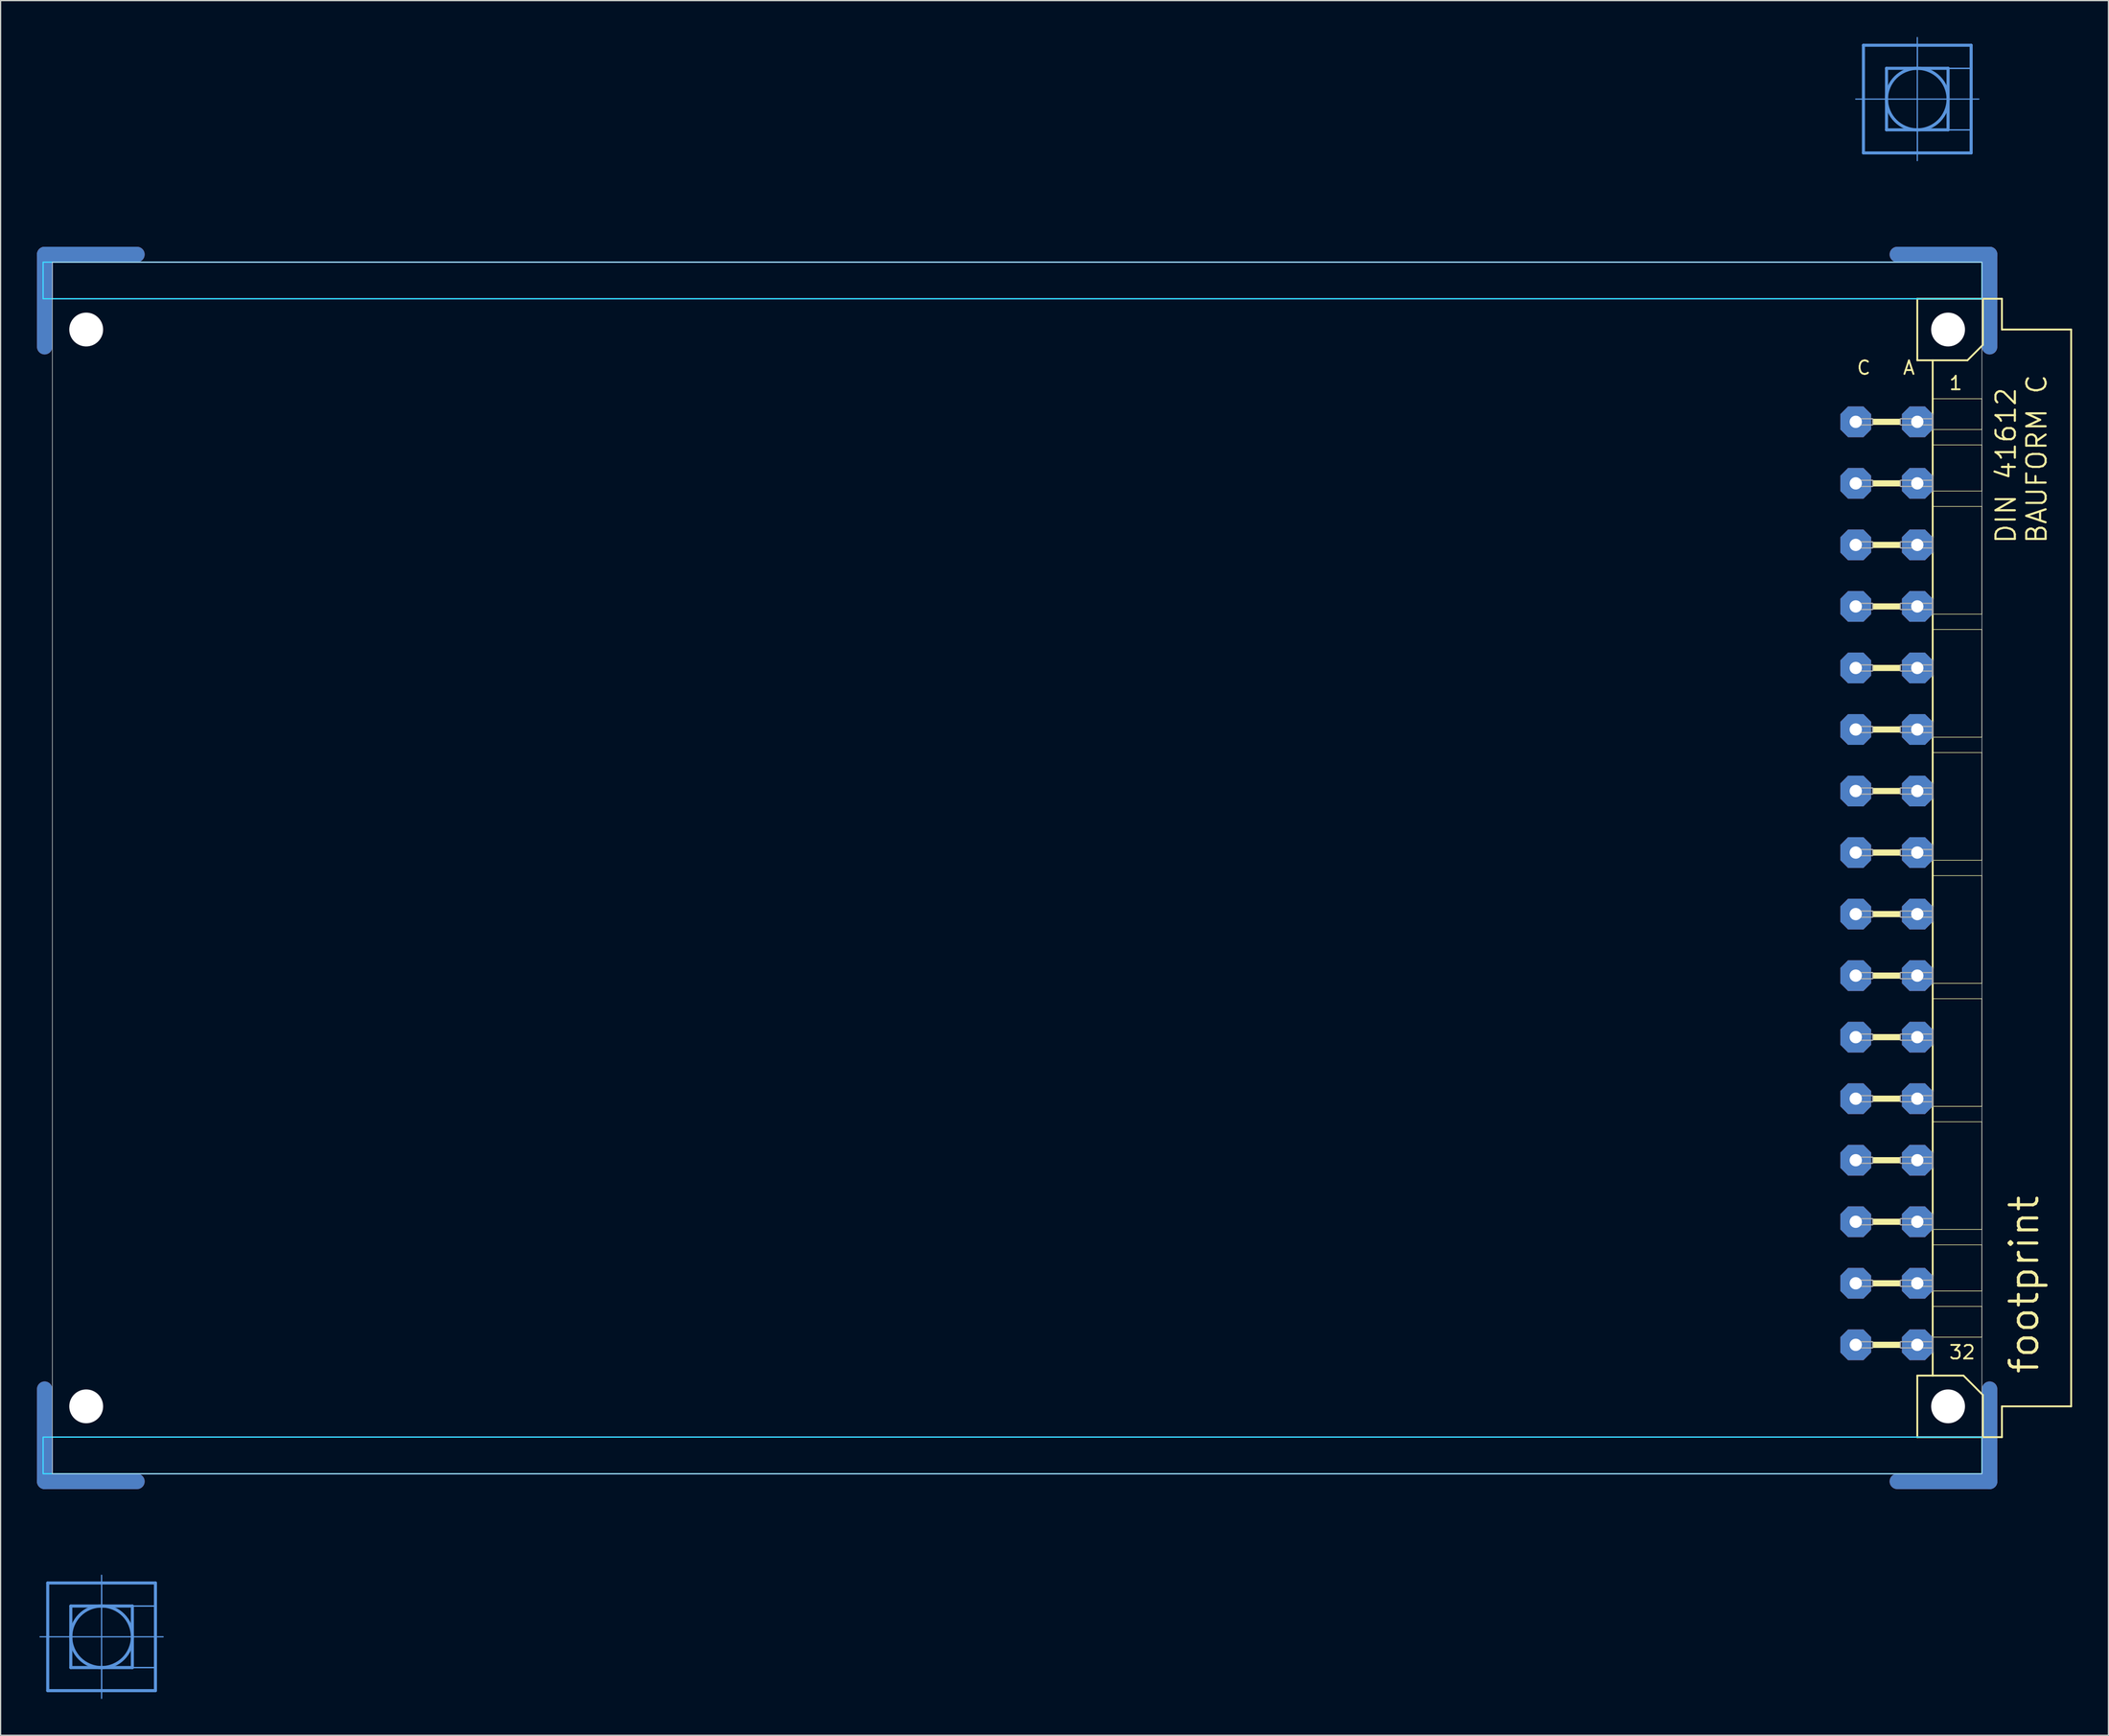
<source format=kicad_pcb>
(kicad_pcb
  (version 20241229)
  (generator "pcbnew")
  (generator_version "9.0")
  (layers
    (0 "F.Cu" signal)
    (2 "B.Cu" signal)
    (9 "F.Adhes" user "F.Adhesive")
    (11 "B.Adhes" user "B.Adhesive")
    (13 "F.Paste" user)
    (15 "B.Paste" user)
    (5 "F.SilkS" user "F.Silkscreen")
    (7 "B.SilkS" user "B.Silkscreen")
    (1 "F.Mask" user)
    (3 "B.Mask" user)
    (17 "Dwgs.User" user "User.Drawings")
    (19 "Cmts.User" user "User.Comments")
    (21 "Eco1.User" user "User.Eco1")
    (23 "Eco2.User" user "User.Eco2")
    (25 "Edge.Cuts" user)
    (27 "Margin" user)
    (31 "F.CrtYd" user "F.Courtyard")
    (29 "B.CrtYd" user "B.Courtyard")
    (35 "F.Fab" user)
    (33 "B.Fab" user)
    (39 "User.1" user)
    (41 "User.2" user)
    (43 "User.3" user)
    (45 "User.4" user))
  (footprint "footprint"
    (layer "F.Cu")
    (at 0.254 68.605)
    (property "Reference" "footprint" (at 165.1 41.91 90) (layer "F.SilkS") (effects (font (size 2.286 2.286) (thickness 0.254)) (justify left bottom)))
    (fp_line (start 0.381 -43.028) (end 0.381 -50.648) (stroke (width 1.27) (type solid)) (layer "F.Cu"))
    (fp_line (start 0.381 43.028) (end 0.381 50.648) (stroke (width 1.27) (type solid)) (layer "F.Cu"))
    (fp_line (start 8.001 -50.648) (end 0.381 -50.648) (stroke (width 1.27) (type solid)) (layer "F.Cu"))
    (fp_line (start 8.001 50.648) (end 0.381 50.648) (stroke (width 1.27) (type solid)) (layer "F.Cu"))
    (fp_line (start 153.289 -50.648) (end 160.909 -50.648) (stroke (width 1.27) (type solid)) (layer "F.Cu"))
    (fp_line (start 153.289 50.648) (end 160.909 50.648) (stroke (width 1.27) (type solid)) (layer "F.Cu"))
    (fp_line (start 160.909 -43.028) (end 160.909 -50.648) (stroke (width 1.27) (type solid)) (layer "F.Cu"))
    (fp_line (start 160.909 43.028) (end 160.909 50.648) (stroke (width 1.27) (type solid)) (layer "F.Cu"))
    (fp_line (start 1.016 -42.393) (end 1.016 -50.013) (stroke (width 0.152) (type solid)) (layer "F.Mask"))
    (fp_line (start 1.016 42.393) (end 1.016 50.013) (stroke (width 0.152) (type solid)) (layer "F.Mask"))
    (fp_line (start 8.636 -50.013) (end 1.016 -50.013) (stroke (width 0.152) (type solid)) (layer "F.Mask"))
    (fp_line (start 8.636 50.013) (end 1.016 50.013) (stroke (width 0.152) (type solid)) (layer "F.Mask"))
    (fp_line (start 152.654 -50.013) (end 160.274 -50.013) (stroke (width 0.152) (type solid)) (layer "F.Mask"))
    (fp_line (start 152.654 50.013) (end 160.274 50.013) (stroke (width 0.152) (type solid)) (layer "F.Mask"))
    (fp_line (start 160.274 -42.393) (end 160.274 -50.013) (stroke (width 0.152) (type solid)) (layer "F.Mask"))
    (fp_line (start 160.274 42.393) (end 160.274 50.013) (stroke (width 0.152) (type solid)) (layer "F.Mask"))
    (fp_line (start 0.381 -43.028) (end 0.381 -50.648) (stroke (width 1.27) (type solid)) (layer "B.Cu"))
    (fp_line (start 0.381 43.028) (end 0.381 50.648) (stroke (width 1.27) (type solid)) (layer "B.Cu"))
    (fp_line (start 8.001 -50.648) (end 0.381 -50.648) (stroke (width 1.27) (type solid)) (layer "B.Cu"))
    (fp_line (start 8.001 50.648) (end 0.381 50.648) (stroke (width 1.27) (type solid)) (layer "B.Cu"))
    (fp_line (start 153.289 -50.648) (end 160.909 -50.648) (stroke (width 1.27) (type solid)) (layer "B.Cu"))
    (fp_line (start 153.289 50.648) (end 160.909 50.648) (stroke (width 1.27) (type solid)) (layer "B.Cu"))
    (fp_line (start 160.909 -43.028) (end 160.909 -50.648) (stroke (width 1.27) (type solid)) (layer "B.Cu"))
    (fp_line (start 160.909 43.028) (end 160.909 50.648) (stroke (width 1.27) (type solid)) (layer "B.Cu"))
    (fp_line (start 1.016 -50.013) (end 8.636 -50.013) (stroke (width 0.152) (type solid)) (layer "B.Mask"))
    (fp_line (start 1.016 -42.393) (end 1.016 -50.013) (stroke (width 0.152) (type solid)) (layer "B.Mask"))
    (fp_line (start 1.016 50.013) (end 1.016 42.393) (stroke (width 0.152) (type solid)) (layer "B.Mask"))
    (fp_line (start 8.636 50.013) (end 1.016 50.013) (stroke (width 0.152) (type solid)) (layer "B.Mask"))
    (fp_line (start 152.654 -50.013) (end 160.274 -50.013) (stroke (width 0.152) (type solid)) (layer "B.Mask"))
    (fp_line (start 160.274 -50.013) (end 160.274 -42.393) (stroke (width 0.152) (type solid)) (layer "B.Mask"))
    (fp_line (start 160.274 42.393) (end 160.274 50.013) (stroke (width 0.152) (type solid)) (layer "B.Mask"))
    (fp_line (start 160.274 50.013) (end 152.654 50.013) (stroke (width 0.152) (type solid)) (layer "B.Mask"))
    (fp_line (start 154.94 -46.99) (end 154.94 -41.91) (stroke (width 0.152) (type solid)) (layer "F.SilkS"))
    (fp_line (start 154.94 -41.91) (end 156.21 -41.91) (stroke (width 0.152) (type solid)) (layer "F.SilkS"))
    (fp_line (start 154.94 41.91) (end 154.94 46.99) (stroke (width 0.152) (type solid)) (layer "F.SilkS"))
    (fp_line (start 154.94 41.91) (end 156.21 41.91) (stroke (width 0.152) (type solid)) (layer "F.SilkS"))
    (fp_line (start 154.94 46.99) (end 160.35 46.99) (stroke (width 0.152) (type solid)) (layer "F.SilkS"))
    (fp_line (start 156.21 -41.91) (end 156.21 -38.735) (stroke (width 0.152) (type solid)) (layer "F.SilkS"))
    (fp_line (start 156.21 -41.91) (end 159.08 -41.91) (stroke (width 0.152) (type solid)) (layer "F.SilkS"))
    (fp_line (start 156.21 -38.735) (end 156.21 -37.465) (stroke (width 0.152) (type solid)) (layer "F.SilkS"))
    (fp_line (start 156.21 -36.195) (end 156.21 -34.925) (stroke (width 0.152) (type solid)) (layer "F.SilkS"))
    (fp_line (start 156.21 -32.385) (end 156.21 -34.925) (stroke (width 0.152) (type solid)) (layer "F.SilkS"))
    (fp_line (start 156.21 -31.115) (end 156.21 -29.845) (stroke (width 0.152) (type solid)) (layer "F.SilkS"))
    (fp_line (start 156.21 -27.305) (end 156.21 -29.845) (stroke (width 0.152) (type solid)) (layer "F.SilkS"))
    (fp_line (start 156.21 -22.225) (end 156.21 -26.035) (stroke (width 0.152) (type solid)) (layer "F.SilkS"))
    (fp_line (start 156.21 -20.955) (end 156.21 -19.685) (stroke (width 0.152) (type solid)) (layer "F.SilkS"))
    (fp_line (start 156.21 -17.145) (end 156.21 -19.685) (stroke (width 0.152) (type solid)) (layer "F.SilkS"))
    (fp_line (start 156.21 -12.065) (end 156.21 -15.875) (stroke (width 0.152) (type solid)) (layer "F.SilkS"))
    (fp_line (start 156.21 -10.795) (end 156.21 -9.525) (stroke (width 0.152) (type solid)) (layer "F.SilkS"))
    (fp_line (start 156.21 -6.985) (end 156.21 -9.525) (stroke (width 0.152) (type solid)) (layer "F.SilkS"))
    (fp_line (start 156.21 -1.905) (end 156.21 -5.715) (stroke (width 0.152) (type solid)) (layer "F.SilkS"))
    (fp_line (start 156.21 -0.635) (end 156.21 0.635) (stroke (width 0.152) (type solid)) (layer "F.SilkS"))
    (fp_line (start 156.21 3.175) (end 156.21 0.635) (stroke (width 0.152) (type solid)) (layer "F.SilkS"))
    (fp_line (start 156.21 8.255) (end 156.21 4.445) (stroke (width 0.152) (type solid)) (layer "F.SilkS"))
    (fp_line (start 156.21 9.525) (end 156.21 10.795) (stroke (width 0.152) (type solid)) (layer "F.SilkS"))
    (fp_line (start 156.21 13.335) (end 156.21 10.795) (stroke (width 0.152) (type solid)) (layer "F.SilkS"))
    (fp_line (start 156.21 18.415) (end 156.21 14.605) (stroke (width 0.152) (type solid)) (layer "F.SilkS"))
    (fp_line (start 156.21 19.685) (end 156.21 20.955) (stroke (width 0.152) (type solid)) (layer "F.SilkS"))
    (fp_line (start 156.21 23.495) (end 156.21 20.955) (stroke (width 0.152) (type solid)) (layer "F.SilkS"))
    (fp_line (start 156.21 28.575) (end 156.21 24.765) (stroke (width 0.152) (type solid)) (layer "F.SilkS"))
    (fp_line (start 156.21 29.845) (end 156.21 31.115) (stroke (width 0.152) (type solid)) (layer "F.SilkS"))
    (fp_line (start 156.21 33.655) (end 156.21 31.115) (stroke (width 0.152) (type solid)) (layer "F.SilkS"))
    (fp_line (start 156.21 34.925) (end 156.21 36.195) (stroke (width 0.152) (type solid)) (layer "F.SilkS"))
    (fp_line (start 156.21 36.195) (end 156.21 38.735) (stroke (width 0.152) (type solid)) (layer "F.SilkS"))
    (fp_line (start 156.21 40.005) (end 156.21 41.91) (stroke (width 0.152) (type solid)) (layer "F.SilkS"))
    (fp_line (start 156.21 41.91) (end 158.75 41.91) (stroke (width 0.152) (type solid)) (layer "F.SilkS"))
    (fp_line (start 159.08 -41.91) (end 160.35 -43.18) (stroke (width 0.152) (type solid)) (layer "F.SilkS"))
    (fp_line (start 160.274 -38.735) (end 156.21 -38.735) (stroke (width 0.051) (type solid)) (layer "F.SilkS"))
    (fp_line (start 160.274 -38.735) (end 160.274 -36.195) (stroke (width 0.051) (type solid)) (layer "F.SilkS"))
    (fp_line (start 160.274 -36.195) (end 156.21 -36.195) (stroke (width 0.051) (type solid)) (layer "F.SilkS"))
    (fp_line (start 160.274 -34.925) (end 156.21 -34.925) (stroke (width 0.051) (type solid)) (layer "F.SilkS"))
    (fp_line (start 160.274 -34.925) (end 160.274 -31.115) (stroke (width 0.051) (type solid)) (layer "F.SilkS"))
    (fp_line (start 160.274 -31.115) (end 156.21 -31.115) (stroke (width 0.051) (type solid)) (layer "F.SilkS"))
    (fp_line (start 160.274 -29.845) (end 156.21 -29.845) (stroke (width 0.051) (type solid)) (layer "F.SilkS"))
    (fp_line (start 160.274 -29.845) (end 160.274 -20.955) (stroke (width 0.051) (type solid)) (layer "F.SilkS"))
    (fp_line (start 160.274 -20.955) (end 156.21 -20.955) (stroke (width 0.051) (type solid)) (layer "F.SilkS"))
    (fp_line (start 160.274 -19.685) (end 156.21 -19.685) (stroke (width 0.051) (type solid)) (layer "F.SilkS"))
    (fp_line (start 160.274 -19.685) (end 160.274 -10.795) (stroke (width 0.051) (type solid)) (layer "F.SilkS"))
    (fp_line (start 160.274 -10.795) (end 156.21 -10.795) (stroke (width 0.051) (type solid)) (layer "F.SilkS"))
    (fp_line (start 160.274 -9.525) (end 156.21 -9.525) (stroke (width 0.051) (type solid)) (layer "F.SilkS"))
    (fp_line (start 160.274 -9.525) (end 160.274 -0.635) (stroke (width 0.051) (type solid)) (layer "F.SilkS"))
    (fp_line (start 160.274 -0.635) (end 156.21 -0.635) (stroke (width 0.051) (type solid)) (layer "F.SilkS"))
    (fp_line (start 160.274 0.635) (end 156.21 0.635) (stroke (width 0.051) (type solid)) (layer "F.SilkS"))
    (fp_line (start 160.274 0.635) (end 160.274 9.525) (stroke (width 0.051) (type solid)) (layer "F.SilkS"))
    (fp_line (start 160.274 9.525) (end 156.21 9.525) (stroke (width 0.051) (type solid)) (layer "F.SilkS"))
    (fp_line (start 160.274 10.795) (end 156.21 10.795) (stroke (width 0.051) (type solid)) (layer "F.SilkS"))
    (fp_line (start 160.274 10.795) (end 160.274 19.685) (stroke (width 0.051) (type solid)) (layer "F.SilkS"))
    (fp_line (start 160.274 19.685) (end 156.21 19.685) (stroke (width 0.051) (type solid)) (layer "F.SilkS"))
    (fp_line (start 160.274 20.955) (end 156.21 20.955) (stroke (width 0.051) (type solid)) (layer "F.SilkS"))
    (fp_line (start 160.274 20.955) (end 160.274 29.845) (stroke (width 0.051) (type solid)) (layer "F.SilkS"))
    (fp_line (start 160.274 29.845) (end 156.21 29.845) (stroke (width 0.051) (type solid)) (layer "F.SilkS"))
    (fp_line (start 160.274 31.115) (end 156.21 31.115) (stroke (width 0.051) (type solid)) (layer "F.SilkS"))
    (fp_line (start 160.274 31.115) (end 160.274 34.925) (stroke (width 0.051) (type solid)) (layer "F.SilkS"))
    (fp_line (start 160.274 34.925) (end 156.21 34.925) (stroke (width 0.051) (type solid)) (layer "F.SilkS"))
    (fp_line (start 160.274 36.195) (end 156.21 36.195) (stroke (width 0.051) (type solid)) (layer "F.SilkS"))
    (fp_line (start 160.274 36.195) (end 160.274 38.735) (stroke (width 0.051) (type solid)) (layer "F.SilkS"))
    (fp_line (start 160.274 38.735) (end 156.21 38.735) (stroke (width 0.051) (type solid)) (layer "F.SilkS"))
    (fp_line (start 160.35 -46.99) (end 154.94 -46.99) (stroke (width 0.152) (type solid)) (layer "F.SilkS"))
    (fp_line (start 160.35 -43.18) (end 160.35 -46.99) (stroke (width 0.152) (type solid)) (layer "F.SilkS"))
    (fp_line (start 160.35 43.51) (end 158.75 41.91) (stroke (width 0.152) (type solid)) (layer "F.SilkS"))
    (fp_line (start 160.35 43.51) (end 160.35 46.99) (stroke (width 0.152) (type solid)) (layer "F.SilkS"))
    (fp_line (start 160.35 46.99) (end 161.925 46.99) (stroke (width 0.152) (type solid)) (layer "F.SilkS"))
    (fp_line (start 161.925 -46.99) (end 160.35 -46.99) (stroke (width 0.152) (type solid)) (layer "F.SilkS"))
    (fp_line (start 161.925 -44.45) (end 161.925 -46.99) (stroke (width 0.152) (type solid)) (layer "F.SilkS"))
    (fp_line (start 161.925 44.45) (end 167.64 44.45) (stroke (width 0.152) (type solid)) (layer "F.SilkS"))
    (fp_line (start 161.925 46.99) (end 161.925 44.45) (stroke (width 0.152) (type solid)) (layer "F.SilkS"))
    (fp_line (start 167.64 -44.45) (end 161.925 -44.45) (stroke (width 0.152) (type solid)) (layer "F.SilkS"))
    (fp_line (start 167.64 44.45) (end 167.64 -44.45) (stroke (width 0.152) (type solid)) (layer "F.SilkS"))
    (fp_circle (center 157.48 -44.45) (end 158.75 -44.45) (stroke (width 0.152) (type solid)) (fill no) (layer "F.SilkS"))
    (fp_circle (center 157.48 44.45) (end 158.75 44.45) (stroke (width 0.152) (type solid)) (fill no) (layer "F.SilkS"))
    (fp_poly (pts (xy 151.257 -36.576) (xy 153.543 -36.576) (xy 153.543 -37.084) (xy 151.257 -37.084)) (stroke (width 0) (type solid)) (fill yes) (layer "F.SilkS"))
    (fp_poly (pts (xy 151.257 -31.496) (xy 153.543 -31.496) (xy 153.543 -32.004) (xy 151.257 -32.004)) (stroke (width 0) (type solid)) (fill yes) (layer "F.SilkS"))
    (fp_poly (pts (xy 151.257 -26.416) (xy 153.543 -26.416) (xy 153.543 -26.924) (xy 151.257 -26.924)) (stroke (width 0) (type solid)) (fill yes) (layer "F.SilkS"))
    (fp_poly (pts (xy 151.257 -21.336) (xy 153.543 -21.336) (xy 153.543 -21.844) (xy 151.257 -21.844)) (stroke (width 0) (type solid)) (fill yes) (layer "F.SilkS"))
    (fp_poly (pts (xy 151.257 -16.256) (xy 153.543 -16.256) (xy 153.543 -16.764) (xy 151.257 -16.764)) (stroke (width 0) (type solid)) (fill yes) (layer "F.SilkS"))
    (fp_poly (pts (xy 151.257 -11.176) (xy 153.543 -11.176) (xy 153.543 -11.684) (xy 151.257 -11.684)) (stroke (width 0) (type solid)) (fill yes) (layer "F.SilkS"))
    (fp_poly (pts (xy 151.257 -6.096) (xy 153.543 -6.096) (xy 153.543 -6.604) (xy 151.257 -6.604)) (stroke (width 0) (type solid)) (fill yes) (layer "F.SilkS"))
    (fp_poly (pts (xy 151.257 -1.016) (xy 153.543 -1.016) (xy 153.543 -1.524) (xy 151.257 -1.524)) (stroke (width 0) (type solid)) (fill yes) (layer "F.SilkS"))
    (fp_poly (pts (xy 151.257 4.064) (xy 153.543 4.064) (xy 153.543 3.556) (xy 151.257 3.556)) (stroke (width 0) (type solid)) (fill yes) (layer "F.SilkS"))
    (fp_poly (pts (xy 151.257 9.144) (xy 153.543 9.144) (xy 153.543 8.636) (xy 151.257 8.636)) (stroke (width 0) (type solid)) (fill yes) (layer "F.SilkS"))
    (fp_poly (pts (xy 151.257 14.224) (xy 153.543 14.224) (xy 153.543 13.716) (xy 151.257 13.716)) (stroke (width 0) (type solid)) (fill yes) (layer "F.SilkS"))
    (fp_poly (pts (xy 151.257 19.304) (xy 153.543 19.304) (xy 153.543 18.796) (xy 151.257 18.796)) (stroke (width 0) (type solid)) (fill yes) (layer "F.SilkS"))
    (fp_poly (pts (xy 151.257 24.384) (xy 153.543 24.384) (xy 153.543 23.876) (xy 151.257 23.876)) (stroke (width 0) (type solid)) (fill yes) (layer "F.SilkS"))
    (fp_poly (pts (xy 151.257 29.464) (xy 153.543 29.464) (xy 153.543 28.956) (xy 151.257 28.956)) (stroke (width 0) (type solid)) (fill yes) (layer "F.SilkS"))
    (fp_poly (pts (xy 151.257 34.544) (xy 153.543 34.544) (xy 153.543 34.036) (xy 151.257 34.036)) (stroke (width 0) (type solid)) (fill yes) (layer "F.SilkS"))
    (fp_poly (pts (xy 151.257 39.624) (xy 153.543 39.624) (xy 153.543 39.116) (xy 151.257 39.116)) (stroke (width 0) (type solid)) (fill yes) (layer "F.SilkS"))
    (fp_line (start 0 63.475) (end 0.635 63.475) (stroke (width 0.102) (type solid)) (layer "Cmts.User"))
    (fp_line (start 0.635 59.03) (end 9.525 59.03) (stroke (width 0.254) (type solid)) (layer "Cmts.User"))
    (fp_line (start 0.635 63.475) (end 0.635 59.03) (stroke (width 0.254) (type solid)) (layer "Cmts.User"))
    (fp_line (start 0.635 63.475) (end 10.16 63.475) (stroke (width 0.102) (type solid)) (layer "Cmts.User"))
    (fp_line (start 0.635 67.92) (end 0.635 63.475) (stroke (width 0.254) (type solid)) (layer "Cmts.User"))
    (fp_line (start 2.54 60.935) (end 2.54 66.015) (stroke (width 0.254) (type solid)) (layer "Cmts.User"))
    (fp_line (start 2.54 66.015) (end 7.62 66.015) (stroke (width 0.254) (type solid)) (layer "Cmts.User"))
    (fp_line (start 5.08 68.555) (end 5.08 58.395) (stroke (width 0.102) (type solid)) (layer "Cmts.User"))
    (fp_line (start 7.62 60.935) (end 2.54 60.935) (stroke (width 0.254) (type solid)) (layer "Cmts.User"))
    (fp_line (start 7.62 66.015) (end 7.62 60.935) (stroke (width 0.254) (type solid)) (layer "Cmts.User"))
    (fp_line (start 9.525 59.03) (end 9.525 67.92) (stroke (width 0.254) (type solid)) (layer "Cmts.User"))
    (fp_line (start 9.525 67.92) (end 0.635 67.92) (stroke (width 0.254) (type solid)) (layer "Cmts.User"))
    (fp_line (start 149.86 -63.475) (end 150.495 -63.475) (stroke (width 0.102) (type solid)) (layer "Cmts.User"))
    (fp_line (start 150.495 -67.92) (end 159.385 -67.92) (stroke (width 0.254) (type solid)) (layer "Cmts.User"))
    (fp_line (start 150.495 -63.475) (end 150.495 -67.92) (stroke (width 0.254) (type solid)) (layer "Cmts.User"))
    (fp_line (start 150.495 -63.475) (end 160.02 -63.475) (stroke (width 0.102) (type solid)) (layer "Cmts.User"))
    (fp_line (start 150.495 -59.03) (end 150.495 -63.475) (stroke (width 0.254) (type solid)) (layer "Cmts.User"))
    (fp_line (start 152.4 -66.015) (end 152.4 -60.935) (stroke (width 0.254) (type solid)) (layer "Cmts.User"))
    (fp_line (start 152.4 -60.935) (end 157.48 -60.935) (stroke (width 0.254) (type solid)) (layer "Cmts.User"))
    (fp_line (start 154.94 -58.395) (end 154.94 -68.555) (stroke (width 0.102) (type solid)) (layer "Cmts.User"))
    (fp_line (start 157.48 -66.015) (end 152.4 -66.015) (stroke (width 0.254) (type solid)) (layer "Cmts.User"))
    (fp_line (start 157.48 -60.935) (end 157.48 -66.015) (stroke (width 0.254) (type solid)) (layer "Cmts.User"))
    (fp_line (start 159.385 -67.92) (end 159.385 -59.03) (stroke (width 0.254) (type solid)) (layer "Cmts.User"))
    (fp_line (start 159.385 -59.03) (end 150.495 -59.03) (stroke (width 0.254) (type solid)) (layer "Cmts.User"))
    (fp_circle (center 5.08 63.475) (end 7.62 63.475) (stroke (width 0.254) (type solid)) (fill no) (layer "Cmts.User"))
    (fp_circle (center 154.94 -63.475) (end 157.48 -63.475) (stroke (width 0.254) (type solid)) (fill no) (layer "Cmts.User"))
    (fp_poly (pts (xy 5.08 60.935) (xy 9.525 60.935) (xy 9.525 59.03) (xy 5.08 59.03)) (stroke (width 0.1) (type solid)) (fill no) (layer "Cmts.User"))
    (fp_poly (pts (xy 5.08 67.92) (xy 9.525 67.92) (xy 9.525 66.015) (xy 5.08 66.015)) (stroke (width 0.1) (type solid)) (fill no) (layer "Cmts.User"))
    (fp_poly (pts (xy 7.62 66.015) (xy 9.525 66.015) (xy 9.525 60.935) (xy 7.62 60.935)) (stroke (width 0.1) (type solid)) (fill no) (layer "Cmts.User"))
    (fp_poly (pts (xy 154.94 -66.015) (xy 159.385 -66.015) (xy 159.385 -67.92) (xy 154.94 -67.92)) (stroke (width 0.1) (type solid)) (fill no) (layer "Cmts.User"))
    (fp_poly (pts (xy 154.94 -59.03) (xy 159.385 -59.03) (xy 159.385 -60.935) (xy 154.94 -60.935)) (stroke (width 0.1) (type solid)) (fill no) (layer "Cmts.User"))
    (fp_poly (pts (xy 157.48 -60.935) (xy 159.385 -60.935) (xy 159.385 -66.015) (xy 157.48 -66.015)) (stroke (width 0.1) (type solid)) (fill no) (layer "Cmts.User"))
    (fp_line (start 1.016 -50.013) (end 1.016 50.013) (stroke (width 0.05) (type solid)) (layer "Edge.Cuts"))
    (fp_line (start 1.016 50.013) (end 160.274 50.013) (stroke (width 0.05) (type solid)) (layer "Edge.Cuts"))
    (fp_line (start 160.274 -50.013) (end 1.016 -50.013) (stroke (width 0.05) (type solid)) (layer "Edge.Cuts"))
    (fp_line (start 160.274 50.013) (end 160.274 -50.013) (stroke (width 0.05) (type solid)) (layer "Edge.Cuts"))
    (fp_line (start 1.016 -46.99) (end 1.016 -50.013) (stroke (width 0.051) (type solid)) (layer "B.CrtYd"))
    (fp_line (start 1.016 46.99) (end 1.016 50.013) (stroke (width 0.051) (type solid)) (layer "B.CrtYd"))
    (fp_line (start 160.274 -50.013) (end 160.274 -46.99) (stroke (width 0.051) (type solid)) (layer "B.CrtYd"))
    (fp_line (start 160.274 50.013) (end 160.274 46.99) (stroke (width 0.051) (type solid)) (layer "B.CrtYd"))
    (fp_poly (pts (xy 0.254 -46.99) (xy 160.274 -46.99) (xy 160.274 -50.013) (xy 0.254 -50.013)) (stroke (width 0.1) (type solid)) (fill no) (layer "B.CrtYd"))
    (fp_poly (pts (xy 0.254 50.013) (xy 160.274 50.013) (xy 160.274 46.99) (xy 0.254 46.99)) (stroke (width 0.1) (type solid)) (fill no) (layer "B.CrtYd"))
    (fp_line (start 1.016 -46.99) (end 1.016 -50.013) (stroke (width 0.051) (type solid)) (layer "F.CrtYd"))
    (fp_line (start 1.016 46.99) (end 1.016 50.013) (stroke (width 0.051) (type solid)) (layer "F.CrtYd"))
    (fp_line (start 160.274 -50.013) (end 160.274 -46.99) (stroke (width 0.051) (type solid)) (layer "F.CrtYd"))
    (fp_line (start 160.274 50.013) (end 160.274 46.99) (stroke (width 0.051) (type solid)) (layer "F.CrtYd"))
    (fp_poly (pts (xy 0.254 -46.99) (xy 160.274 -46.99) (xy 160.274 -50.013) (xy 0.254 -50.013)) (stroke (width 0.1) (type solid)) (fill no) (layer "F.CrtYd"))
    (fp_poly (pts (xy 0.254 50.013) (xy 160.274 50.013) (xy 160.274 46.99) (xy 0.254 46.99)) (stroke (width 0.1) (type solid)) (fill no) (layer "F.CrtYd"))
    (fp_line (start 156.21 -36.195) (end 156.21 -37.465) (stroke (width 0.152) (type solid)) (layer "F.Fab"))
    (fp_line (start 156.21 -31.115) (end 156.21 -32.385) (stroke (width 0.152) (type solid)) (layer "F.Fab"))
    (fp_line (start 156.21 -26.035) (end 156.21 -27.305) (stroke (width 0.152) (type solid)) (layer "F.Fab"))
    (fp_line (start 156.21 -20.955) (end 156.21 -22.225) (stroke (width 0.152) (type solid)) (layer "F.Fab"))
    (fp_line (start 156.21 -15.875) (end 156.21 -17.145) (stroke (width 0.152) (type solid)) (layer "F.Fab"))
    (fp_line (start 156.21 -10.795) (end 156.21 -12.065) (stroke (width 0.152) (type solid)) (layer "F.Fab"))
    (fp_line (start 156.21 -5.715) (end 156.21 -6.985) (stroke (width 0.152) (type solid)) (layer "F.Fab"))
    (fp_line (start 156.21 -0.635) (end 156.21 -1.905) (stroke (width 0.152) (type solid)) (layer "F.Fab"))
    (fp_line (start 156.21 4.445) (end 156.21 3.175) (stroke (width 0.152) (type solid)) (layer "F.Fab"))
    (fp_line (start 156.21 9.525) (end 156.21 8.255) (stroke (width 0.152) (type solid)) (layer "F.Fab"))
    (fp_line (start 156.21 14.605) (end 156.21 13.335) (stroke (width 0.152) (type solid)) (layer "F.Fab"))
    (fp_line (start 156.21 19.685) (end 156.21 18.415) (stroke (width 0.152) (type solid)) (layer "F.Fab"))
    (fp_line (start 156.21 24.765) (end 156.21 23.495) (stroke (width 0.152) (type solid)) (layer "F.Fab"))
    (fp_line (start 156.21 29.845) (end 156.21 28.575) (stroke (width 0.152) (type solid)) (layer "F.Fab"))
    (fp_line (start 156.21 34.925) (end 156.21 33.655) (stroke (width 0.152) (type solid)) (layer "F.Fab"))
    (fp_line (start 156.21 40.005) (end 156.21 38.735) (stroke (width 0.152) (type solid)) (layer "F.Fab"))
    (fp_poly (pts (xy 149.606 -36.576) (xy 151.257 -36.576) (xy 151.257 -37.084) (xy 149.606 -37.084)) (stroke (width 0.1) (type solid)) (fill no) (layer "F.Fab"))
    (fp_poly (pts (xy 149.606 -31.496) (xy 151.257 -31.496) (xy 151.257 -32.004) (xy 149.606 -32.004)) (stroke (width 0.1) (type solid)) (fill no) (layer "F.Fab"))
    (fp_poly (pts (xy 149.606 -26.416) (xy 151.257 -26.416) (xy 151.257 -26.924) (xy 149.606 -26.924)) (stroke (width 0.1) (type solid)) (fill no) (layer "F.Fab"))
    (fp_poly (pts (xy 149.606 -21.336) (xy 151.257 -21.336) (xy 151.257 -21.844) (xy 149.606 -21.844)) (stroke (width 0.1) (type solid)) (fill no) (layer "F.Fab"))
    (fp_poly (pts (xy 149.606 -16.256) (xy 151.257 -16.256) (xy 151.257 -16.764) (xy 149.606 -16.764)) (stroke (width 0.1) (type solid)) (fill no) (layer "F.Fab"))
    (fp_poly (pts (xy 149.606 -11.176) (xy 151.257 -11.176) (xy 151.257 -11.684) (xy 149.606 -11.684)) (stroke (width 0.1) (type solid)) (fill no) (layer "F.Fab"))
    (fp_poly (pts (xy 149.606 -6.096) (xy 151.257 -6.096) (xy 151.257 -6.604) (xy 149.606 -6.604)) (stroke (width 0.1) (type solid)) (fill no) (layer "F.Fab"))
    (fp_poly (pts (xy 149.606 -1.016) (xy 151.257 -1.016) (xy 151.257 -1.524) (xy 149.606 -1.524)) (stroke (width 0.1) (type solid)) (fill no) (layer "F.Fab"))
    (fp_poly (pts (xy 149.606 4.064) (xy 151.257 4.064) (xy 151.257 3.556) (xy 149.606 3.556)) (stroke (width 0.1) (type solid)) (fill no) (layer "F.Fab"))
    (fp_poly (pts (xy 149.606 9.144) (xy 151.257 9.144) (xy 151.257 8.636) (xy 149.606 8.636)) (stroke (width 0.1) (type solid)) (fill no) (layer "F.Fab"))
    (fp_poly (pts (xy 149.606 14.224) (xy 151.257 14.224) (xy 151.257 13.716) (xy 149.606 13.716)) (stroke (width 0.1) (type solid)) (fill no) (layer "F.Fab"))
    (fp_poly (pts (xy 149.606 19.304) (xy 151.257 19.304) (xy 151.257 18.796) (xy 149.606 18.796)) (stroke (width 0.1) (type solid)) (fill no) (layer "F.Fab"))
    (fp_poly (pts (xy 149.606 24.384) (xy 151.257 24.384) (xy 151.257 23.876) (xy 149.606 23.876)) (stroke (width 0.1) (type solid)) (fill no) (layer "F.Fab"))
    (fp_poly (pts (xy 149.606 29.464) (xy 151.257 29.464) (xy 151.257 28.956) (xy 149.606 28.956)) (stroke (width 0.1) (type solid)) (fill no) (layer "F.Fab"))
    (fp_poly (pts (xy 149.606 34.544) (xy 151.257 34.544) (xy 151.257 34.036) (xy 149.606 34.036)) (stroke (width 0.1) (type solid)) (fill no) (layer "F.Fab"))
    (fp_poly (pts (xy 149.606 39.624) (xy 151.257 39.624) (xy 151.257 39.116) (xy 149.606 39.116)) (stroke (width 0.1) (type solid)) (fill no) (layer "F.Fab"))
    (fp_poly (pts (xy 153.543 -36.576) (xy 156.21 -36.576) (xy 156.21 -37.084) (xy 153.543 -37.084)) (stroke (width 0.1) (type solid)) (fill no) (layer "F.Fab"))
    (fp_poly (pts (xy 153.543 -31.496) (xy 156.21 -31.496) (xy 156.21 -32.004) (xy 153.543 -32.004)) (stroke (width 0.1) (type solid)) (fill no) (layer "F.Fab"))
    (fp_poly (pts (xy 153.543 -26.416) (xy 156.21 -26.416) (xy 156.21 -26.924) (xy 153.543 -26.924)) (stroke (width 0.1) (type solid)) (fill no) (layer "F.Fab"))
    (fp_poly (pts (xy 153.543 -21.336) (xy 156.21 -21.336) (xy 156.21 -21.844) (xy 153.543 -21.844)) (stroke (width 0.1) (type solid)) (fill no) (layer "F.Fab"))
    (fp_poly (pts (xy 153.543 -16.256) (xy 156.21 -16.256) (xy 156.21 -16.764) (xy 153.543 -16.764)) (stroke (width 0.1) (type solid)) (fill no) (layer "F.Fab"))
    (fp_poly (pts (xy 153.543 -11.176) (xy 156.21 -11.176) (xy 156.21 -11.684) (xy 153.543 -11.684)) (stroke (width 0.1) (type solid)) (fill no) (layer "F.Fab"))
    (fp_poly (pts (xy 153.543 -6.096) (xy 156.21 -6.096) (xy 156.21 -6.604) (xy 153.543 -6.604)) (stroke (width 0.1) (type solid)) (fill no) (layer "F.Fab"))
    (fp_poly (pts (xy 153.543 -1.016) (xy 156.21 -1.016) (xy 156.21 -1.524) (xy 153.543 -1.524)) (stroke (width 0.1) (type solid)) (fill no) (layer "F.Fab"))
    (fp_poly (pts (xy 153.543 4.064) (xy 156.21 4.064) (xy 156.21 3.556) (xy 153.543 3.556)) (stroke (width 0.1) (type solid)) (fill no) (layer "F.Fab"))
    (fp_poly (pts (xy 153.543 9.144) (xy 156.21 9.144) (xy 156.21 8.636) (xy 153.543 8.636)) (stroke (width 0.1) (type solid)) (fill no) (layer "F.Fab"))
    (fp_poly (pts (xy 153.543 14.224) (xy 156.21 14.224) (xy 156.21 13.716) (xy 153.543 13.716)) (stroke (width 0.1) (type solid)) (fill no) (layer "F.Fab"))
    (fp_poly (pts (xy 153.543 19.304) (xy 156.21 19.304) (xy 156.21 18.796) (xy 153.543 18.796)) (stroke (width 0.1) (type solid)) (fill no) (layer "F.Fab"))
    (fp_poly (pts (xy 153.543 24.384) (xy 156.21 24.384) (xy 156.21 23.876) (xy 153.543 23.876)) (stroke (width 0.1) (type solid)) (fill no) (layer "F.Fab"))
    (fp_poly (pts (xy 153.543 29.464) (xy 156.21 29.464) (xy 156.21 28.956) (xy 153.543 28.956)) (stroke (width 0.1) (type solid)) (fill no) (layer "F.Fab"))
    (fp_poly (pts (xy 153.543 34.544) (xy 156.21 34.544) (xy 156.21 34.036) (xy 153.543 34.036)) (stroke (width 0.1) (type solid)) (fill no) (layer "F.Fab"))
    (fp_poly (pts (xy 153.543 39.624) (xy 156.21 39.624) (xy 156.21 39.116) (xy 153.543 39.116)) (stroke (width 0.1) (type solid)) (fill no) (layer "F.Fab"))
    (fp_text user "A" (at 153.67 -40.64 0) (layer "F.SilkS") (effects (font (size 1.118 1.118) (thickness 0.152)) (justify left bottom)))
    (fp_text user "C" (at 149.86 -40.64 0) (layer "F.SilkS") (effects (font (size 1.118 1.118) (thickness 0.152)) (justify left bottom)))
    (fp_text user "1" (at 157.48 -39.37 0) (layer "F.SilkS") (effects (font (size 1.118 1.118) (thickness 0.152)) (justify left bottom)))
    (fp_text user "DIN 41612" (at 163.195 -26.67 90) (layer "F.SilkS") (effects (font (size 1.6 1.6) (thickness 0.178)) (justify left bottom)))
    (fp_text user "BAUFORM C" (at 165.735 -26.67 90) (layer "F.SilkS") (effects (font (size 1.6 1.6) (thickness 0.178)) (justify left bottom)))
    (fp_text user "32" (at 157.48 40.64 0) (layer "F.SilkS") (effects (font (size 1.118 1.118) (thickness 0.152)) (justify left bottom)))
    (pad "" np_thru_hole circle (at 3.81 -44.45) (size 2.794 2.794) (drill 2.794) (layers "*.Cu" "*.Mask"))
    (pad "" np_thru_hole circle (at 3.81 44.45) (size 2.794 2.794) (drill 2.794) (layers "*.Cu" "*.Mask"))
    (pad "" np_thru_hole circle (at 157.48 -44.45) (size 2.794 2.794) (drill 2.794) (layers "*.Cu" "*.Mask"))
    (pad "" np_thru_hole circle (at 157.48 44.45) (size 2.794 2.794) (drill 2.794) (layers "*.Cu" "*.Mask"))
    (pad "A2" thru_hole roundrect (at 154.94 -36.83) (size 2.54 2.54) (drill 1.016) (layers "*.Cu" "*.Mask") (roundrect_rratio 0.25) (chamfer_ratio 0.25) (chamfer top_left top_right bottom_left bottom_right))
    (pad "A4" thru_hole roundrect (at 154.94 -31.75) (size 2.54 2.54) (drill 1.016) (layers "*.Cu" "*.Mask") (roundrect_rratio 0.25) (chamfer_ratio 0.25) (chamfer top_left top_right bottom_left bottom_right))
    (pad "A6" thru_hole roundrect (at 154.94 -26.67) (size 2.54 2.54) (drill 1.016) (layers "*.Cu" "*.Mask") (roundrect_rratio 0.25) (chamfer_ratio 0.25) (chamfer top_left top_right bottom_left bottom_right))
    (pad "A8" thru_hole roundrect (at 154.94 -21.59) (size 2.54 2.54) (drill 1.016) (layers "*.Cu" "*.Mask") (roundrect_rratio 0.25) (chamfer_ratio 0.25) (chamfer top_left top_right bottom_left bottom_right))
    (pad "A10" thru_hole roundrect (at 154.94 -16.51) (size 2.54 2.54) (drill 1.016) (layers "*.Cu" "*.Mask") (roundrect_rratio 0.25) (chamfer_ratio 0.25) (chamfer top_left top_right bottom_left bottom_right))
    (pad "A12" thru_hole roundrect (at 154.94 -11.43) (size 2.54 2.54) (drill 1.016) (layers "*.Cu" "*.Mask") (roundrect_rratio 0.25) (chamfer_ratio 0.25) (chamfer top_left top_right bottom_left bottom_right))
    (pad "A14" thru_hole roundrect (at 154.94 -6.35) (size 2.54 2.54) (drill 1.016) (layers "*.Cu" "*.Mask") (roundrect_rratio 0.25) (chamfer_ratio 0.25) (chamfer top_left top_right bottom_left bottom_right))
    (pad "A16" thru_hole roundrect (at 154.94 -1.27) (size 2.54 2.54) (drill 1.016) (layers "*.Cu" "*.Mask") (roundrect_rratio 0.25) (chamfer_ratio 0.25) (chamfer top_left top_right bottom_left bottom_right))
    (pad "A18" thru_hole roundrect (at 154.94 3.81) (size 2.54 2.54) (drill 1.016) (layers "*.Cu" "*.Mask") (roundrect_rratio 0.25) (chamfer_ratio 0.25) (chamfer top_left top_right bottom_left bottom_right))
    (pad "A20" thru_hole roundrect (at 154.94 8.89) (size 2.54 2.54) (drill 1.016) (layers "*.Cu" "*.Mask") (roundrect_rratio 0.25) (chamfer_ratio 0.25) (chamfer top_left top_right bottom_left bottom_right))
    (pad "A22" thru_hole roundrect (at 154.94 13.97) (size 2.54 2.54) (drill 1.016) (layers "*.Cu" "*.Mask") (roundrect_rratio 0.25) (chamfer_ratio 0.25) (chamfer top_left top_right bottom_left bottom_right))
    (pad "A24" thru_hole roundrect (at 154.94 19.05) (size 2.54 2.54) (drill 1.016) (layers "*.Cu" "*.Mask") (roundrect_rratio 0.25) (chamfer_ratio 0.25) (chamfer top_left top_right bottom_left bottom_right))
    (pad "A26" thru_hole roundrect (at 154.94 24.13) (size 2.54 2.54) (drill 1.016) (layers "*.Cu" "*.Mask") (roundrect_rratio 0.25) (chamfer_ratio 0.25) (chamfer top_left top_right bottom_left bottom_right))
    (pad "A28" thru_hole roundrect (at 154.94 29.21) (size 2.54 2.54) (drill 1.016) (layers "*.Cu" "*.Mask") (roundrect_rratio 0.25) (chamfer_ratio 0.25) (chamfer top_left top_right bottom_left bottom_right))
    (pad "A30" thru_hole roundrect (at 154.94 34.29) (size 2.54 2.54) (drill 1.016) (layers "*.Cu" "*.Mask") (roundrect_rratio 0.25) (chamfer_ratio 0.25) (chamfer top_left top_right bottom_left bottom_right))
    (pad "A32" thru_hole roundrect (at 154.94 39.37) (size 2.54 2.54) (drill 1.016) (layers "*.Cu" "*.Mask") (roundrect_rratio 0.25) (chamfer_ratio 0.25) (chamfer top_left top_right bottom_left bottom_right))
    (pad "C2" thru_hole roundrect (at 149.86 -36.83) (size 2.54 2.54) (drill 1.016) (layers "*.Cu" "*.Mask") (roundrect_rratio 0.25) (chamfer_ratio 0.25) (chamfer top_left top_right bottom_left bottom_right))
    (pad "C4" thru_hole roundrect (at 149.86 -31.75) (size 2.54 2.54) (drill 1.016) (layers "*.Cu" "*.Mask") (roundrect_rratio 0.25) (chamfer_ratio 0.25) (chamfer top_left top_right bottom_left bottom_right))
    (pad "C6" thru_hole roundrect (at 149.86 -26.67) (size 2.54 2.54) (drill 1.016) (layers "*.Cu" "*.Mask") (roundrect_rratio 0.25) (chamfer_ratio 0.25) (chamfer top_left top_right bottom_left bottom_right))
    (pad "C8" thru_hole roundrect (at 149.86 -21.59) (size 2.54 2.54) (drill 1.016) (layers "*.Cu" "*.Mask") (roundrect_rratio 0.25) (chamfer_ratio 0.25) (chamfer top_left top_right bottom_left bottom_right))
    (pad "C10" thru_hole roundrect (at 149.86 -16.51) (size 2.54 2.54) (drill 1.016) (layers "*.Cu" "*.Mask") (roundrect_rratio 0.25) (chamfer_ratio 0.25) (chamfer top_left top_right bottom_left bottom_right))
    (pad "C12" thru_hole roundrect (at 149.86 -11.43) (size 2.54 2.54) (drill 1.016) (layers "*.Cu" "*.Mask") (roundrect_rratio 0.25) (chamfer_ratio 0.25) (chamfer top_left top_right bottom_left bottom_right))
    (pad "C14" thru_hole roundrect (at 149.86 -6.35) (size 2.54 2.54) (drill 1.016) (layers "*.Cu" "*.Mask") (roundrect_rratio 0.25) (chamfer_ratio 0.25) (chamfer top_left top_right bottom_left bottom_right))
    (pad "C16" thru_hole roundrect (at 149.86 -1.27) (size 2.54 2.54) (drill 1.016) (layers "*.Cu" "*.Mask") (roundrect_rratio 0.25) (chamfer_ratio 0.25) (chamfer top_left top_right bottom_left bottom_right))
    (pad "C18" thru_hole roundrect (at 149.86 3.81) (size 2.54 2.54) (drill 1.016) (layers "*.Cu" "*.Mask") (roundrect_rratio 0.25) (chamfer_ratio 0.25) (chamfer top_left top_right bottom_left bottom_right))
    (pad "C20" thru_hole roundrect (at 149.86 8.89) (size 2.54 2.54) (drill 1.016) (layers "*.Cu" "*.Mask") (roundrect_rratio 0.25) (chamfer_ratio 0.25) (chamfer top_left top_right bottom_left bottom_right))
    (pad "C22" thru_hole roundrect (at 149.86 13.97) (size 2.54 2.54) (drill 1.016) (layers "*.Cu" "*.Mask") (roundrect_rratio 0.25) (chamfer_ratio 0.25) (chamfer top_left top_right bottom_left bottom_right))
    (pad "C24" thru_hole roundrect (at 149.86 19.05) (size 2.54 2.54) (drill 1.016) (layers "*.Cu" "*.Mask") (roundrect_rratio 0.25) (chamfer_ratio 0.25) (chamfer top_left top_right bottom_left bottom_right))
    (pad "C26" thru_hole roundrect (at 149.86 24.13) (size 2.54 2.54) (drill 1.016) (layers "*.Cu" "*.Mask") (roundrect_rratio 0.25) (chamfer_ratio 0.25) (chamfer top_left top_right bottom_left bottom_right))
    (pad "C28" thru_hole roundrect (at 149.86 29.21) (size 2.54 2.54) (drill 1.016) (layers "*.Cu" "*.Mask") (roundrect_rratio 0.25) (chamfer_ratio 0.25) (chamfer top_left top_right bottom_left bottom_right))
    (pad "C30" thru_hole roundrect (at 149.86 34.29) (size 2.54 2.54) (drill 1.016) (layers "*.Cu" "*.Mask") (roundrect_rratio 0.25) (chamfer_ratio 0.25) (chamfer top_left top_right bottom_left bottom_right))
    (pad "C32" thru_hole roundrect (at 149.86 39.37) (size 2.54 2.54) (drill 1.016) (layers "*.Cu" "*.Mask") (roundrect_rratio 0.25) (chamfer_ratio 0.25) (chamfer top_left top_right bottom_left bottom_right))
    (zone (net_name "") (layers "F.Cu" "B.Cu") (hatch edge 0.508) (connect_pads) (min_thickness 0.254) (filled_areas_thickness no) (keepout (tracks allowed) (vias not_allowed) (pads allowed) (copperpour allowed) (footprints allowed)) (placement (enabled no)) (fill) (polygon (pts (xy 0.508 21.615) (xy 160.528 21.615) (xy 160.528 18.593) (xy 0.508 18.593))))
    (zone (net_name "") (layers "F.Cu" "B.Cu") (hatch edge 0.508) (connect_pads) (min_thickness 0.254) (filled_areas_thickness no) (keepout (tracks allowed) (vias not_allowed) (pads allowed) (copperpour allowed) (footprints allowed)) (placement (enabled no)) (fill) (polygon (pts (xy 0.508 118.618) (xy 160.528 118.618) (xy 160.528 115.595) (xy 0.508 115.595))))
    (zone (net_name "") (layers "F.Cu" "B.Cu") (hatch edge 0.508) (connect_pads) (min_thickness 0.254) (filled_areas_thickness no) (keepout (tracks allowed) (vias not_allowed) (pads allowed) (copperpour allowed) (footprints allowed)) (placement (enabled no)) (fill) (polygon (pts (xy 6.35 24.155) (xy 6.315 23.758) (xy 6.212 23.374) (xy 6.044 23.012) (xy 5.815 22.686) (xy 5.533 22.404) (xy 5.207 22.176) (xy 4.846 22.007) (xy 4.461 21.904) (xy 4.064 21.869) (xy 3.667 21.904) (xy 3.282 22.007) (xy 2.921 22.176) (xy 2.595 22.404) (xy 2.313 22.686) (xy 2.084 23.012) (xy 1.916 23.374) (xy 1.813 23.758) (xy 1.778 24.155) (xy 1.813 24.552) (xy 1.916 24.937) (xy 2.084 25.298) (xy 2.313 25.625) (xy 2.595 25.907) (xy 2.921 26.135) (xy 3.282 26.304) (xy 3.667 26.407) (xy 4.064 26.441) (xy 4.461 26.407) (xy 4.846 26.304) (xy 5.207 26.135) (xy 5.533 25.907) (xy 5.815 25.625) (xy 6.044 25.298) (xy 6.212 24.937) (xy 6.315 24.552))))
    (zone (net_name "") (layers "F.Cu" "B.Cu") (hatch edge 0.508) (connect_pads) (min_thickness 0.254) (filled_areas_thickness no) (keepout (tracks allowed) (vias not_allowed) (pads allowed) (copperpour allowed) (footprints allowed)) (placement (enabled no)) (fill) (polygon (pts (xy 6.35 113.055) (xy 6.315 112.658) (xy 6.212 112.274) (xy 6.044 111.912) (xy 5.815 111.586) (xy 5.533 111.304) (xy 5.207 111.076) (xy 4.846 110.907) (xy 4.461 110.804) (xy 4.064 110.769) (xy 3.667 110.804) (xy 3.282 110.907) (xy 2.921 111.076) (xy 2.595 111.304) (xy 2.313 111.586) (xy 2.084 111.912) (xy 1.916 112.274) (xy 1.813 112.658) (xy 1.778 113.055) (xy 1.813 113.452) (xy 1.916 113.837) (xy 2.084 114.198) (xy 2.313 114.525) (xy 2.595 114.807) (xy 2.921 115.035) (xy 3.282 115.204) (xy 3.667 115.307) (xy 4.064 115.341) (xy 4.461 115.307) (xy 4.846 115.204) (xy 5.207 115.035) (xy 5.533 114.807) (xy 5.815 114.525) (xy 6.044 114.198) (xy 6.212 113.837) (xy 6.315 113.452))))
    (zone (net_name "") (layers "F.Cu" "B.Cu") (hatch edge 0.508) (connect_pads) (min_thickness 0.254) (filled_areas_thickness no) (keepout (tracks allowed) (vias not_allowed) (pads allowed) (copperpour allowed) (footprints allowed)) (placement (enabled no)) (fill) (polygon (pts (xy 160.02 24.155) (xy 159.985 23.758) (xy 159.882 23.374) (xy 159.714 23.012) (xy 159.485 22.686) (xy 159.203 22.404) (xy 158.877 22.176) (xy 158.516 22.007) (xy 158.131 21.904) (xy 157.734 21.869) (xy 157.337 21.904) (xy 156.952 22.007) (xy 156.591 22.176) (xy 156.265 22.404) (xy 155.983 22.686) (xy 155.754 23.012) (xy 155.586 23.374) (xy 155.483 23.758) (xy 155.448 24.155) (xy 155.483 24.552) (xy 155.586 24.937) (xy 155.754 25.298) (xy 155.983 25.625) (xy 156.265 25.907) (xy 156.591 26.135) (xy 156.952 26.304) (xy 157.337 26.407) (xy 157.734 26.441) (xy 158.131 26.407) (xy 158.516 26.304) (xy 158.877 26.135) (xy 159.203 25.907) (xy 159.485 25.625) (xy 159.714 25.298) (xy 159.882 24.937) (xy 159.985 24.552))))
    (zone (net_name "") (layers "F.Cu" "B.Cu") (hatch edge 0.508) (connect_pads) (min_thickness 0.254) (filled_areas_thickness no) (keepout (tracks allowed) (vias not_allowed) (pads allowed) (copperpour allowed) (footprints allowed)) (placement (enabled no)) (fill) (polygon (pts (xy 160.02 113.055) (xy 159.985 112.658) (xy 159.882 112.274) (xy 159.714 111.912) (xy 159.485 111.586) (xy 159.203 111.304) (xy 158.877 111.076) (xy 158.516 110.907) (xy 158.131 110.804) (xy 157.734 110.769) (xy 157.337 110.804) (xy 156.952 110.907) (xy 156.591 111.076) (xy 156.265 111.304) (xy 155.983 111.586) (xy 155.754 111.912) (xy 155.586 112.274) (xy 155.483 112.658) (xy 155.448 113.055) (xy 155.483 113.452) (xy 155.586 113.837) (xy 155.754 114.198) (xy 155.983 114.525) (xy 156.265 114.807) (xy 156.591 115.035) (xy 156.952 115.204) (xy 157.337 115.307) (xy 157.734 115.341) (xy 158.131 115.307) (xy 158.516 115.204) (xy 158.877 115.035) (xy 159.203 114.807) (xy 159.485 114.525) (xy 159.714 114.198) (xy 159.882 113.837) (xy 159.985 113.452))))
    (zone (net_name "") (layer "B.Cu") (hatch edge 0.508) (connect_pads) (min_thickness 0.254) (filled_areas_thickness no) (keepout (tracks not_allowed) (vias not_allowed) (pads not_allowed) (copperpour not_allowed) (footprints allowed)) (placement (enabled no)) (fill) (polygon (pts (xy 6.35 24.155) (xy 6.315 23.758) (xy 6.212 23.374) (xy 6.044 23.012) (xy 5.815 22.686) (xy 5.533 22.404) (xy 5.207 22.176) (xy 4.846 22.007) (xy 4.461 21.904) (xy 4.064 21.869) (xy 3.667 21.904) (xy 3.282 22.007) (xy 2.921 22.176) (xy 2.595 22.404) (xy 2.313 22.686) (xy 2.084 23.012) (xy 1.916 23.374) (xy 1.813 23.758) (xy 1.778 24.155) (xy 1.813 24.552) (xy 1.916 24.937) (xy 2.084 25.298) (xy 2.313 25.625) (xy 2.595 25.907) (xy 2.921 26.135) (xy 3.282 26.304) (xy 3.667 26.407) (xy 4.064 26.441) (xy 4.461 26.407) (xy 4.846 26.304) (xy 5.207 26.135) (xy 5.533 25.907) (xy 5.815 25.625) (xy 6.044 25.298) (xy 6.212 24.937) (xy 6.315 24.552))))
    (zone (net_name "") (layer "B.Cu") (hatch edge 0.508) (connect_pads) (min_thickness 0.254) (filled_areas_thickness no) (keepout (tracks not_allowed) (vias not_allowed) (pads not_allowed) (copperpour not_allowed) (footprints allowed)) (placement (enabled no)) (fill) (polygon (pts (xy 6.35 113.055) (xy 6.315 112.658) (xy 6.212 112.274) (xy 6.044 111.912) (xy 5.815 111.586) (xy 5.533 111.304) (xy 5.207 111.076) (xy 4.846 110.907) (xy 4.461 110.804) (xy 4.064 110.769) (xy 3.667 110.804) (xy 3.282 110.907) (xy 2.921 111.076) (xy 2.595 111.304) (xy 2.313 111.586) (xy 2.084 111.912) (xy 1.916 112.274) (xy 1.813 112.658) (xy 1.778 113.055) (xy 1.813 113.452) (xy 1.916 113.837) (xy 2.084 114.198) (xy 2.313 114.525) (xy 2.595 114.807) (xy 2.921 115.035) (xy 3.282 115.204) (xy 3.667 115.307) (xy 4.064 115.341) (xy 4.461 115.307) (xy 4.846 115.204) (xy 5.207 115.035) (xy 5.533 114.807) (xy 5.815 114.525) (xy 6.044 114.198) (xy 6.212 113.837) (xy 6.315 113.452))))
    (zone (net_name "") (layer "B.Cu") (hatch edge 0.508) (connect_pads) (min_thickness 0.254) (filled_areas_thickness no) (keepout (tracks not_allowed) (vias not_allowed) (pads not_allowed) (copperpour not_allowed) (footprints allowed)) (placement (enabled no)) (fill) (polygon (pts (xy 160.02 24.155) (xy 159.985 23.758) (xy 159.882 23.374) (xy 159.714 23.012) (xy 159.485 22.686) (xy 159.203 22.404) (xy 158.877 22.176) (xy 158.516 22.007) (xy 158.131 21.904) (xy 157.734 21.869) (xy 157.337 21.904) (xy 156.952 22.007) (xy 156.591 22.176) (xy 156.265 22.404) (xy 155.983 22.686) (xy 155.754 23.012) (xy 155.586 23.374) (xy 155.483 23.758) (xy 155.448 24.155) (xy 155.483 24.552) (xy 155.586 24.937) (xy 155.754 25.298) (xy 155.983 25.625) (xy 156.265 25.907) (xy 156.591 26.135) (xy 156.952 26.304) (xy 157.337 26.407) (xy 157.734 26.441) (xy 158.131 26.407) (xy 158.516 26.304) (xy 158.877 26.135) (xy 159.203 25.907) (xy 159.485 25.625) (xy 159.714 25.298) (xy 159.882 24.937) (xy 159.985 24.552))))
    (zone (net_name "") (layer "B.Cu") (hatch edge 0.508) (connect_pads) (min_thickness 0.254) (filled_areas_thickness no) (keepout (tracks not_allowed) (vias not_allowed) (pads not_allowed) (copperpour not_allowed) (footprints allowed)) (placement (enabled no)) (fill) (polygon (pts (xy 160.02 113.055) (xy 159.985 112.658) (xy 159.882 112.274) (xy 159.714 111.912) (xy 159.485 111.586) (xy 159.203 111.304) (xy 158.877 111.076) (xy 158.516 110.907) (xy 158.131 110.804) (xy 157.734 110.769) (xy 157.337 110.804) (xy 156.952 110.907) (xy 156.591 111.076) (xy 156.265 111.304) (xy 155.983 111.586) (xy 155.754 111.912) (xy 155.586 112.274) (xy 155.483 112.658) (xy 155.448 113.055) (xy 155.483 113.452) (xy 155.586 113.837) (xy 155.754 114.198) (xy 155.983 114.525) (xy 156.265 114.807) (xy 156.591 115.035) (xy 156.952 115.204) (xy 157.337 115.307) (xy 157.734 115.341) (xy 158.131 115.307) (xy 158.516 115.204) (xy 158.877 115.035) (xy 159.203 114.807) (xy 159.485 114.525) (xy 159.714 114.198) (xy 159.882 113.837) (xy 159.985 113.452)))))
  (gr_rect
    (start -3 -3)
    (end 170.97 140.211)
    (stroke (width 0.1) (type default))
    (fill no)
    (layer "Edge.Cuts")))
</source>
